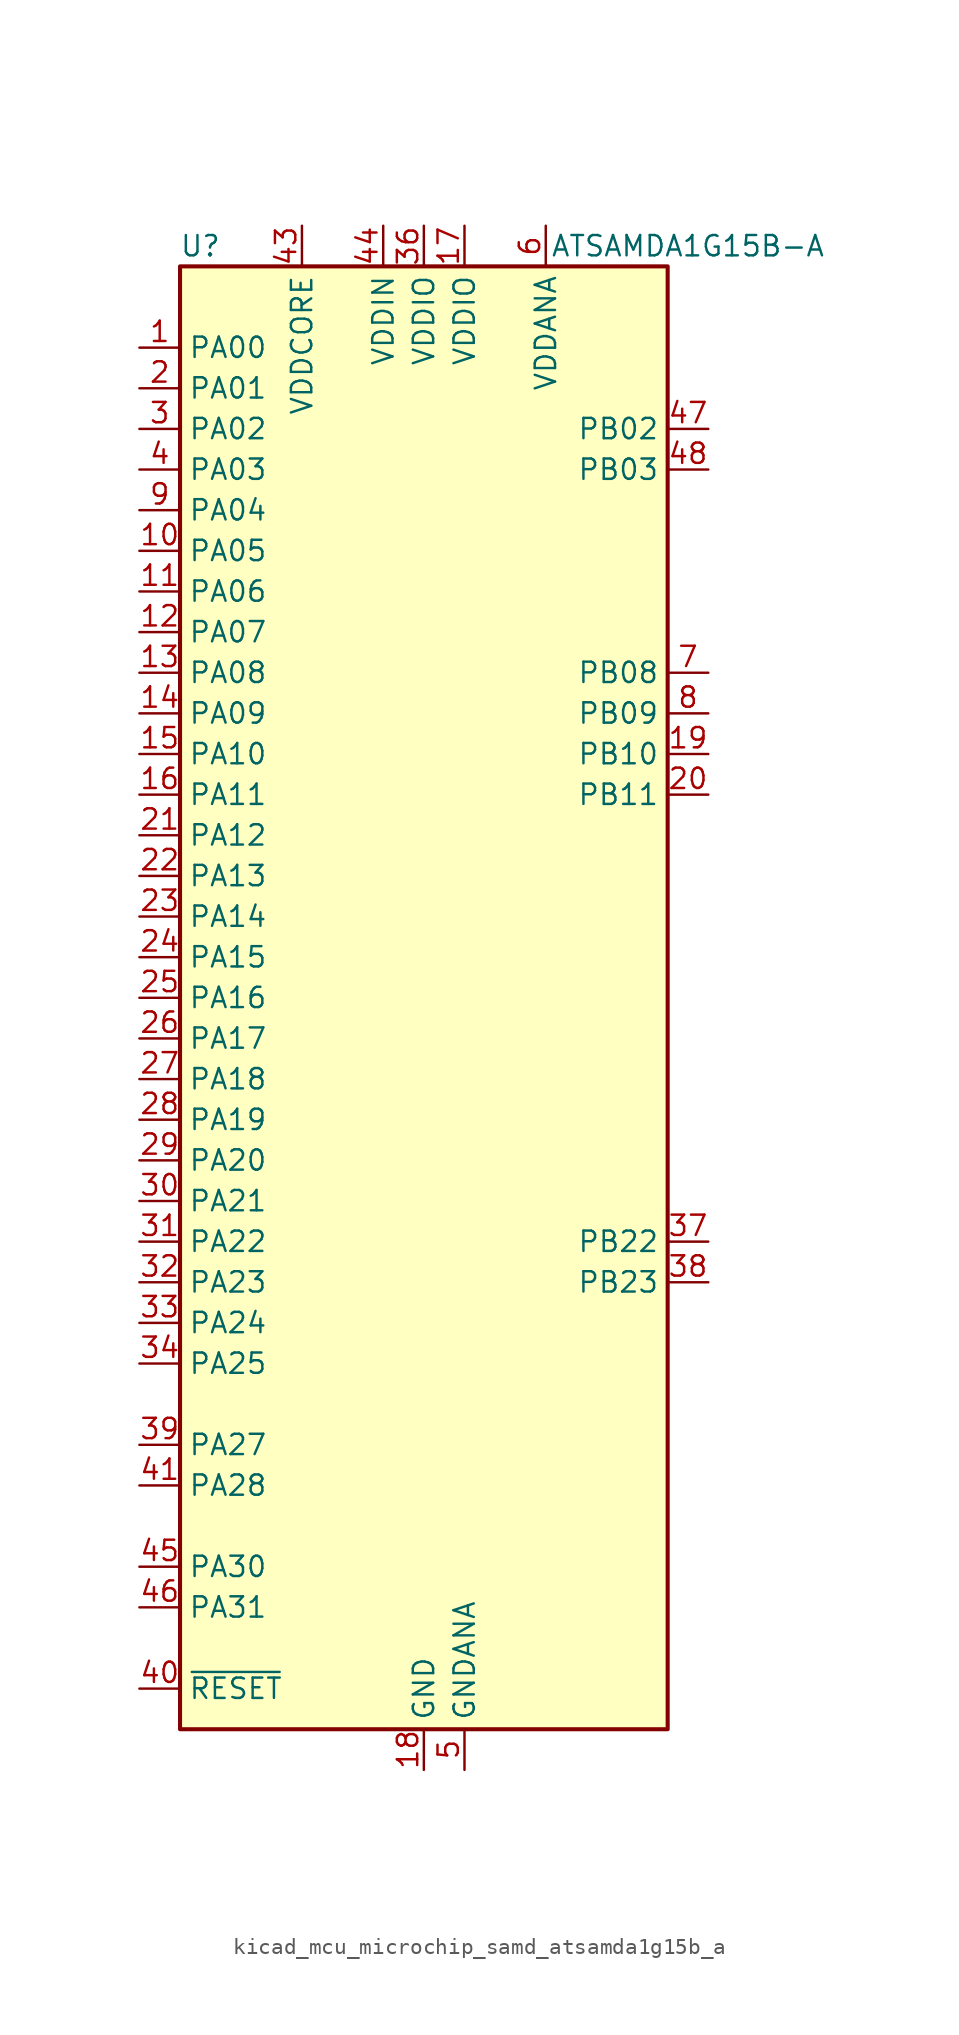
<source format=kicad_sym>
(kicad_symbol_lib
  (version 20220914)
  (generator kicad_symbol_editor)
  (symbol "kicad_mcu_microchip_samd_atsamda1g15b_a"
    (property "Reference" "U"
      (at -13.97 46.99 0)
      (effects (font (size 1.27 1.27))))
    (property "Value" "ATSAMDA1G15B-A"
      (at 16.51 46.99 0)
      (effects (font (size 1.27 1.27))))
    (symbol "kicad_mcu_microchip_samd_atsamda1g15b_a_0_1"
      (rectangle (start -15.24 45.72) (end 15.24 -45.72) (stroke (width 0.254) (type default)) (fill (type background))))
    (symbol "kicad_mcu_microchip_samd_atsamda1g15b_a_1_1"
      (pin bidirectional line (at -17.78 40.64 0) (length 2.54) (name "PA00" (effects (font (size 1.27 1.27)))) (number "1" (effects (font (size 1.27 1.27)))))
      (pin bidirectional line (at -17.78 27.94 0) (length 2.54) (name "PA05" (effects (font (size 1.27 1.27)))) (number "10" (effects (font (size 1.27 1.27)))))
      (pin bidirectional line (at -17.78 25.4 0) (length 2.54) (name "PA06" (effects (font (size 1.27 1.27)))) (number "11" (effects (font (size 1.27 1.27)))))
      (pin bidirectional line (at -17.78 22.86 0) (length 2.54) (name "PA07" (effects (font (size 1.27 1.27)))) (number "12" (effects (font (size 1.27 1.27)))))
      (pin bidirectional line (at -17.78 20.32 0) (length 2.54) (name "PA08" (effects (font (size 1.27 1.27)))) (number "13" (effects (font (size 1.27 1.27)))))
      (pin bidirectional line (at -17.78 17.78 0) (length 2.54) (name "PA09" (effects (font (size 1.27 1.27)))) (number "14" (effects (font (size 1.27 1.27)))))
      (pin bidirectional line (at -17.78 15.24 0) (length 2.54) (name "PA10" (effects (font (size 1.27 1.27)))) (number "15" (effects (font (size 1.27 1.27)))))
      (pin bidirectional line (at -17.78 12.7 0) (length 2.54) (name "PA11" (effects (font (size 1.27 1.27)))) (number "16" (effects (font (size 1.27 1.27)))))
      (pin power_in line (at 2.54 48.26 270) (length 2.54) (name "VDDIO" (effects (font (size 1.27 1.27)))) (number "17" (effects (font (size 1.27 1.27)))))
      (pin power_in line (at 0 -48.26 90) (length 2.54) (name "GND" (effects (font (size 1.27 1.27)))) (number "18" (effects (font (size 1.27 1.27)))))
      (pin bidirectional line (at 17.78 15.24 180) (length 2.54) (name "PB10" (effects (font (size 1.27 1.27)))) (number "19" (effects (font (size 1.27 1.27)))))
      (pin bidirectional line (at -17.78 38.1 0) (length 2.54) (name "PA01" (effects (font (size 1.27 1.27)))) (number "2" (effects (font (size 1.27 1.27)))))
      (pin bidirectional line (at 17.78 12.7 180) (length 2.54) (name "PB11" (effects (font (size 1.27 1.27)))) (number "20" (effects (font (size 1.27 1.27)))))
      (pin bidirectional line (at -17.78 10.16 0) (length 2.54) (name "PA12" (effects (font (size 1.27 1.27)))) (number "21" (effects (font (size 1.27 1.27)))))
      (pin bidirectional line (at -17.78 7.62 0) (length 2.54) (name "PA13" (effects (font (size 1.27 1.27)))) (number "22" (effects (font (size 1.27 1.27)))))
      (pin bidirectional line (at -17.78 5.08 0) (length 2.54) (name "PA14" (effects (font (size 1.27 1.27)))) (number "23" (effects (font (size 1.27 1.27)))))
      (pin bidirectional line (at -17.78 2.54 0) (length 2.54) (name "PA15" (effects (font (size 1.27 1.27)))) (number "24" (effects (font (size 1.27 1.27)))))
      (pin bidirectional line (at -17.78 0 0) (length 2.54) (name "PA16" (effects (font (size 1.27 1.27)))) (number "25" (effects (font (size 1.27 1.27)))))
      (pin bidirectional line (at -17.78 -2.54 0) (length 2.54) (name "PA17" (effects (font (size 1.27 1.27)))) (number "26" (effects (font (size 1.27 1.27)))))
      (pin bidirectional line (at -17.78 -5.08 0) (length 2.54) (name "PA18" (effects (font (size 1.27 1.27)))) (number "27" (effects (font (size 1.27 1.27)))))
      (pin bidirectional line (at -17.78 -7.62 0) (length 2.54) (name "PA19" (effects (font (size 1.27 1.27)))) (number "28" (effects (font (size 1.27 1.27)))))
      (pin bidirectional line (at -17.78 -10.16 0) (length 2.54) (name "PA20" (effects (font (size 1.27 1.27)))) (number "29" (effects (font (size 1.27 1.27)))))
      (pin bidirectional line (at -17.78 35.56 0) (length 2.54) (name "PA02" (effects (font (size 1.27 1.27)))) (number "3" (effects (font (size 1.27 1.27)))))
      (pin bidirectional line (at -17.78 -12.7 0) (length 2.54) (name "PA21" (effects (font (size 1.27 1.27)))) (number "30" (effects (font (size 1.27 1.27)))))
      (pin bidirectional line (at -17.78 -15.24 0) (length 2.54) (name "PA22" (effects (font (size 1.27 1.27)))) (number "31" (effects (font (size 1.27 1.27)))))
      (pin bidirectional line (at -17.78 -17.78 0) (length 2.54) (name "PA23" (effects (font (size 1.27 1.27)))) (number "32" (effects (font (size 1.27 1.27)))))
      (pin bidirectional line (at -17.78 -20.32 0) (length 2.54) (name "PA24" (effects (font (size 1.27 1.27)))) (number "33" (effects (font (size 1.27 1.27)))))
      (pin bidirectional line (at -17.78 -22.86 0) (length 2.54) (name "PA25" (effects (font (size 1.27 1.27)))) (number "34" (effects (font (size 1.27 1.27)))))
      (pin passive line (at 0 -48.26 90) (length 2.54) hide (name "GND" (effects (font (size 1.27 1.27)))) (number "35" (effects (font (size 1.27 1.27)))))
      (pin power_in line (at 0 48.26 270) (length 2.54) (name "VDDIO" (effects (font (size 1.27 1.27)))) (number "36" (effects (font (size 1.27 1.27)))))
      (pin bidirectional line (at 17.78 -15.24 180) (length 2.54) (name "PB22" (effects (font (size 1.27 1.27)))) (number "37" (effects (font (size 1.27 1.27)))))
      (pin bidirectional line (at 17.78 -17.78 180) (length 2.54) (name "PB23" (effects (font (size 1.27 1.27)))) (number "38" (effects (font (size 1.27 1.27)))))
      (pin bidirectional line (at -17.78 -27.94 0) (length 2.54) (name "PA27" (effects (font (size 1.27 1.27)))) (number "39" (effects (font (size 1.27 1.27)))))
      (pin bidirectional line (at -17.78 33.02 0) (length 2.54) (name "PA03" (effects (font (size 1.27 1.27)))) (number "4" (effects (font (size 1.27 1.27)))))
      (pin input line (at -17.78 -43.18 0) (length 2.54) (name "~{RESET}" (effects (font (size 1.27 1.27)))) (number "40" (effects (font (size 1.27 1.27)))))
      (pin bidirectional line (at -17.78 -30.48 0) (length 2.54) (name "PA28" (effects (font (size 1.27 1.27)))) (number "41" (effects (font (size 1.27 1.27)))))
      (pin passive line (at 0 -48.26 90) (length 2.54) hide (name "GND" (effects (font (size 1.27 1.27)))) (number "42" (effects (font (size 1.27 1.27)))))
      (pin power_out line (at -7.62 48.26 270) (length 2.54) (name "VDDCORE" (effects (font (size 1.27 1.27)))) (number "43" (effects (font (size 1.27 1.27)))))
      (pin power_in line (at -2.54 48.26 270) (length 2.54) (name "VDDIN" (effects (font (size 1.27 1.27)))) (number "44" (effects (font (size 1.27 1.27)))))
      (pin bidirectional line (at -17.78 -35.56 0) (length 2.54) (name "PA30" (effects (font (size 1.27 1.27)))) (number "45" (effects (font (size 1.27 1.27)))))
      (pin bidirectional line (at -17.78 -38.1 0) (length 2.54) (name "PA31" (effects (font (size 1.27 1.27)))) (number "46" (effects (font (size 1.27 1.27)))))
      (pin bidirectional line (at 17.78 35.56 180) (length 2.54) (name "PB02" (effects (font (size 1.27 1.27)))) (number "47" (effects (font (size 1.27 1.27)))))
      (pin bidirectional line (at 17.78 33.02 180) (length 2.54) (name "PB03" (effects (font (size 1.27 1.27)))) (number "48" (effects (font (size 1.27 1.27)))))
      (pin power_in line (at 2.54 -48.26 90) (length 2.54) (name "GNDANA" (effects (font (size 1.27 1.27)))) (number "5" (effects (font (size 1.27 1.27)))))
      (pin power_in line (at 7.62 48.26 270) (length 2.54) (name "VDDANA" (effects (font (size 1.27 1.27)))) (number "6" (effects (font (size 1.27 1.27)))))
      (pin bidirectional line (at 17.78 20.32 180) (length 2.54) (name "PB08" (effects (font (size 1.27 1.27)))) (number "7" (effects (font (size 1.27 1.27)))))
      (pin bidirectional line (at 17.78 17.78 180) (length 2.54) (name "PB09" (effects (font (size 1.27 1.27)))) (number "8" (effects (font (size 1.27 1.27)))))
      (pin bidirectional line (at -17.78 30.48 0) (length 2.54) (name "PA04" (effects (font (size 1.27 1.27)))) (number "9" (effects (font (size 1.27 1.27))))))))
</source>
